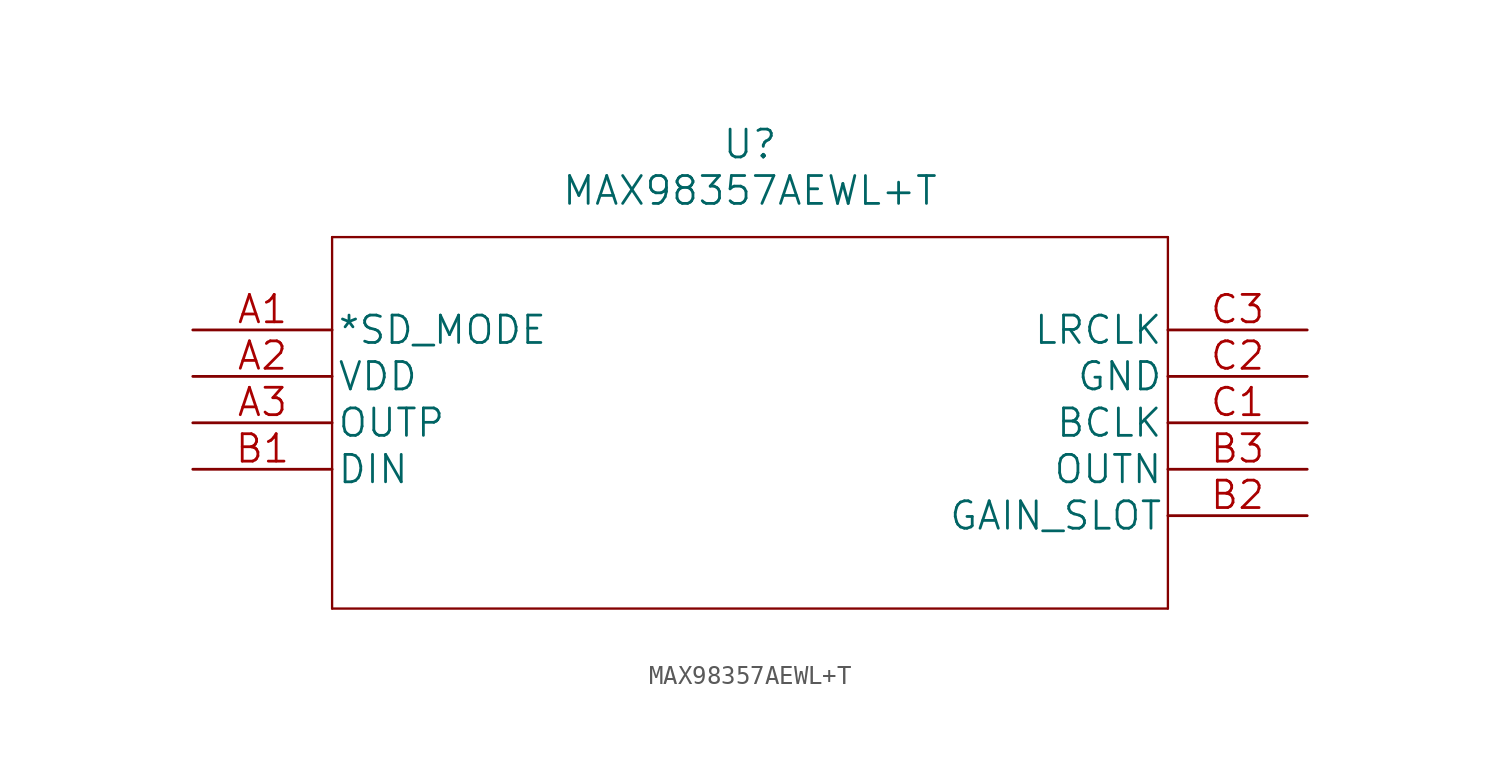
<source format=kicad_sym>
(kicad_symbol_lib
  (version 20220914)
  (generator kicad_symbol_editor)
  (symbol "MAX98357AEWL+T"
    (pin_names
      (offset 0.254))
    (property "Reference" "U"
      (at 30.48 10.16 0)
      (effects (font (size 1.524 1.524))))
    (property "Value" "MAX98357AEWL+T"
      (at 30.48 7.62 0)
      (effects (font (size 1.524 1.524))))
    (property "Datasheet" ""
      (at 0 0 0)
      (effects (font (size 1.524 1.524))))
    (property "ki_locked" ""
      (at 0 0 0)
      (effects (font (size 1.27 1.27))))
    (symbol "MAX98357AEWL+T_1_1"
      (polyline (pts (xy 7.62 -15.24) (xy 53.34 -15.24)) (stroke (width 0.127) (type solid)) (fill (type none)))
      (polyline (pts (xy 7.62 5.08) (xy 7.62 -15.24)) (stroke (width 0.127) (type solid)) (fill (type none)))
      (polyline (pts (xy 53.34 -15.24) (xy 53.34 5.08)) (stroke (width 0.127) (type solid)) (fill (type none)))
      (polyline (pts (xy 53.34 5.08) (xy 7.62 5.08)) (stroke (width 0.127) (type solid)) (fill (type none)))
      (pin unspecified line (at 0 0 0) (length 7.62) (name "*SD_MODE" (effects (font (size 1.499 1.499)))) (number "A1" (effects (font (size 1.499 1.499)))))
      (pin power_in line (at 0 -2.54 0) (length 7.62) (name "VDD" (effects (font (size 1.499 1.499)))) (number "A2" (effects (font (size 1.499 1.499)))))
      (pin output line (at 0 -5.08 0) (length 7.62) (name "OUTP" (effects (font (size 1.499 1.499)))) (number "A3" (effects (font (size 1.499 1.499)))))
      (pin unspecified line (at 0 -7.62 0) (length 7.62) (name "DIN" (effects (font (size 1.499 1.499)))) (number "B1" (effects (font (size 1.499 1.499)))))
      (pin unspecified line (at 60.96 -10.16 180) (length 7.62) (name "GAIN_SLOT" (effects (font (size 1.499 1.499)))) (number "B2" (effects (font (size 1.499 1.499)))))
      (pin output line (at 60.96 -7.62 180) (length 7.62) (name "OUTN" (effects (font (size 1.499 1.499)))) (number "B3" (effects (font (size 1.499 1.499)))))
      (pin unspecified line (at 60.96 -5.08 180) (length 7.62) (name "BCLK" (effects (font (size 1.499 1.499)))) (number "C1" (effects (font (size 1.499 1.499)))))
      (pin power_in line (at 60.96 -2.54 180) (length 7.62) (name "GND" (effects (font (size 1.499 1.499)))) (number "C2" (effects (font (size 1.499 1.499)))))
      (pin unspecified line (at 60.96 0 180) (length 7.62) (name "LRCLK" (effects (font (size 1.499 1.499)))) (number "C3" (effects (font (size 1.499 1.499))))))))
</source>
